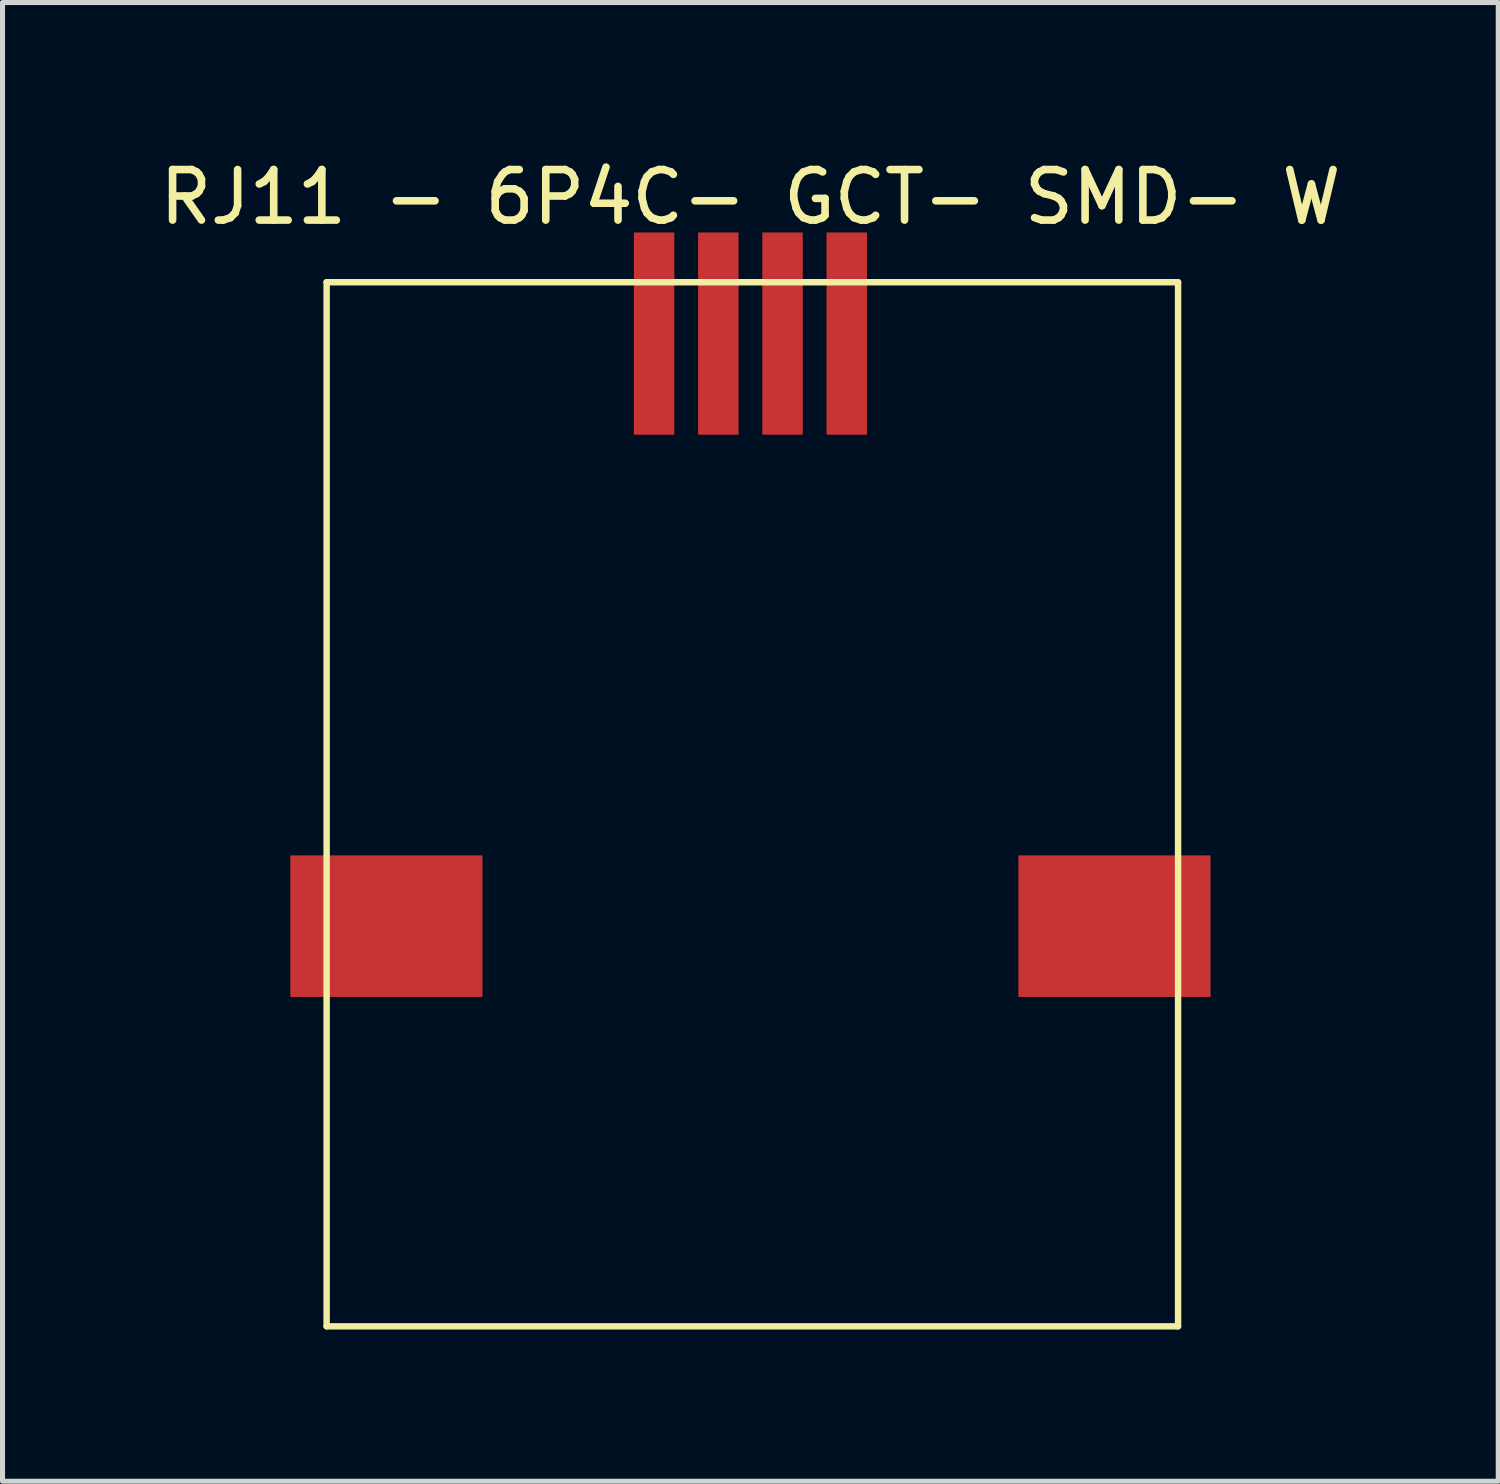
<source format=kicad_pcb>
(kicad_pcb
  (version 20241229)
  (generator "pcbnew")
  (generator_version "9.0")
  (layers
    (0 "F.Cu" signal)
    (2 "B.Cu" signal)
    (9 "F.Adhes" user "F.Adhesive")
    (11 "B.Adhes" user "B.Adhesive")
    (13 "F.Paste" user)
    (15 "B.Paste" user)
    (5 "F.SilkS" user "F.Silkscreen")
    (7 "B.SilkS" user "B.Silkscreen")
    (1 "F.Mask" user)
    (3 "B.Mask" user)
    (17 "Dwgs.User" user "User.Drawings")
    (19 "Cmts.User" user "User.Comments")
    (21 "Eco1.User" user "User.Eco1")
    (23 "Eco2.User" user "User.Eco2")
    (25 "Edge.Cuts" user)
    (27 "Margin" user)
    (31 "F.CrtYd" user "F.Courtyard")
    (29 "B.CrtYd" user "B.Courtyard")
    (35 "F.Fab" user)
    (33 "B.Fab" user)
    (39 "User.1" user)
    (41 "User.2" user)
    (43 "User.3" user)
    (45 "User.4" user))
  (footprint "RJ11 - 6P4C- GCT- SMD- W"
    (layer "F.Cu")
    (at 11.792 3.548)
    (property "Reference" "RJ11 - 6P4C- GCT- SMD- W" (at 0 -2.7 0) (layer "F.SilkS") (effects (font (size 1 1) (thickness 0.15))))
    (fp_line (start -8.382 -1.016) (end 8.458 -1.016) (stroke (width 0.127) (type solid)) (layer "F.SilkS"))
    (fp_line (start -8.382 19.634) (end -8.382 -1.016) (stroke (width 0.127) (type solid)) (layer "F.SilkS"))
    (fp_line (start -8.382 19.634) (end 8.458 19.634) (stroke (width 0.127) (type solid)) (layer "F.SilkS"))
    (fp_line (start 8.458 19.634) (end 8.458 -1.016) (stroke (width 0.127) (type solid)) (layer "F.SilkS"))
    (pad "0" smd rect (at -7.2 11.72) (size 3.8 2.8) (layers "F.Cu" "F.Mask" "F.Paste"))
    (pad "0" smd rect (at 7.2 11.72) (size 3.8 2.8) (layers "F.Cu" "F.Mask" "F.Paste"))
    (pad "A" smd rect (at -0.635 0 180) (size 0.8 4) (layers "F.Cu" "F.Mask" "F.Paste"))
    (pad "B" smd rect (at 0.635 0 180) (size 0.8 4) (layers "F.Cu" "F.Mask" "F.Paste"))
    (pad "GND" smd rect (at -1.905 0 180) (size 0.8 4) (layers "F.Cu" "F.Mask" "F.Paste"))
    (pad "VCC" smd rect (at 1.905 0 180) (size 0.8 4) (layers "F.Cu" "F.Mask" "F.Paste")))
  (gr_rect
    (start -3 -3)
    (end 26.583 26.246)
    (stroke (width 0.1) (type default))
    (fill no)
    (layer "Edge.Cuts")))
</source>
